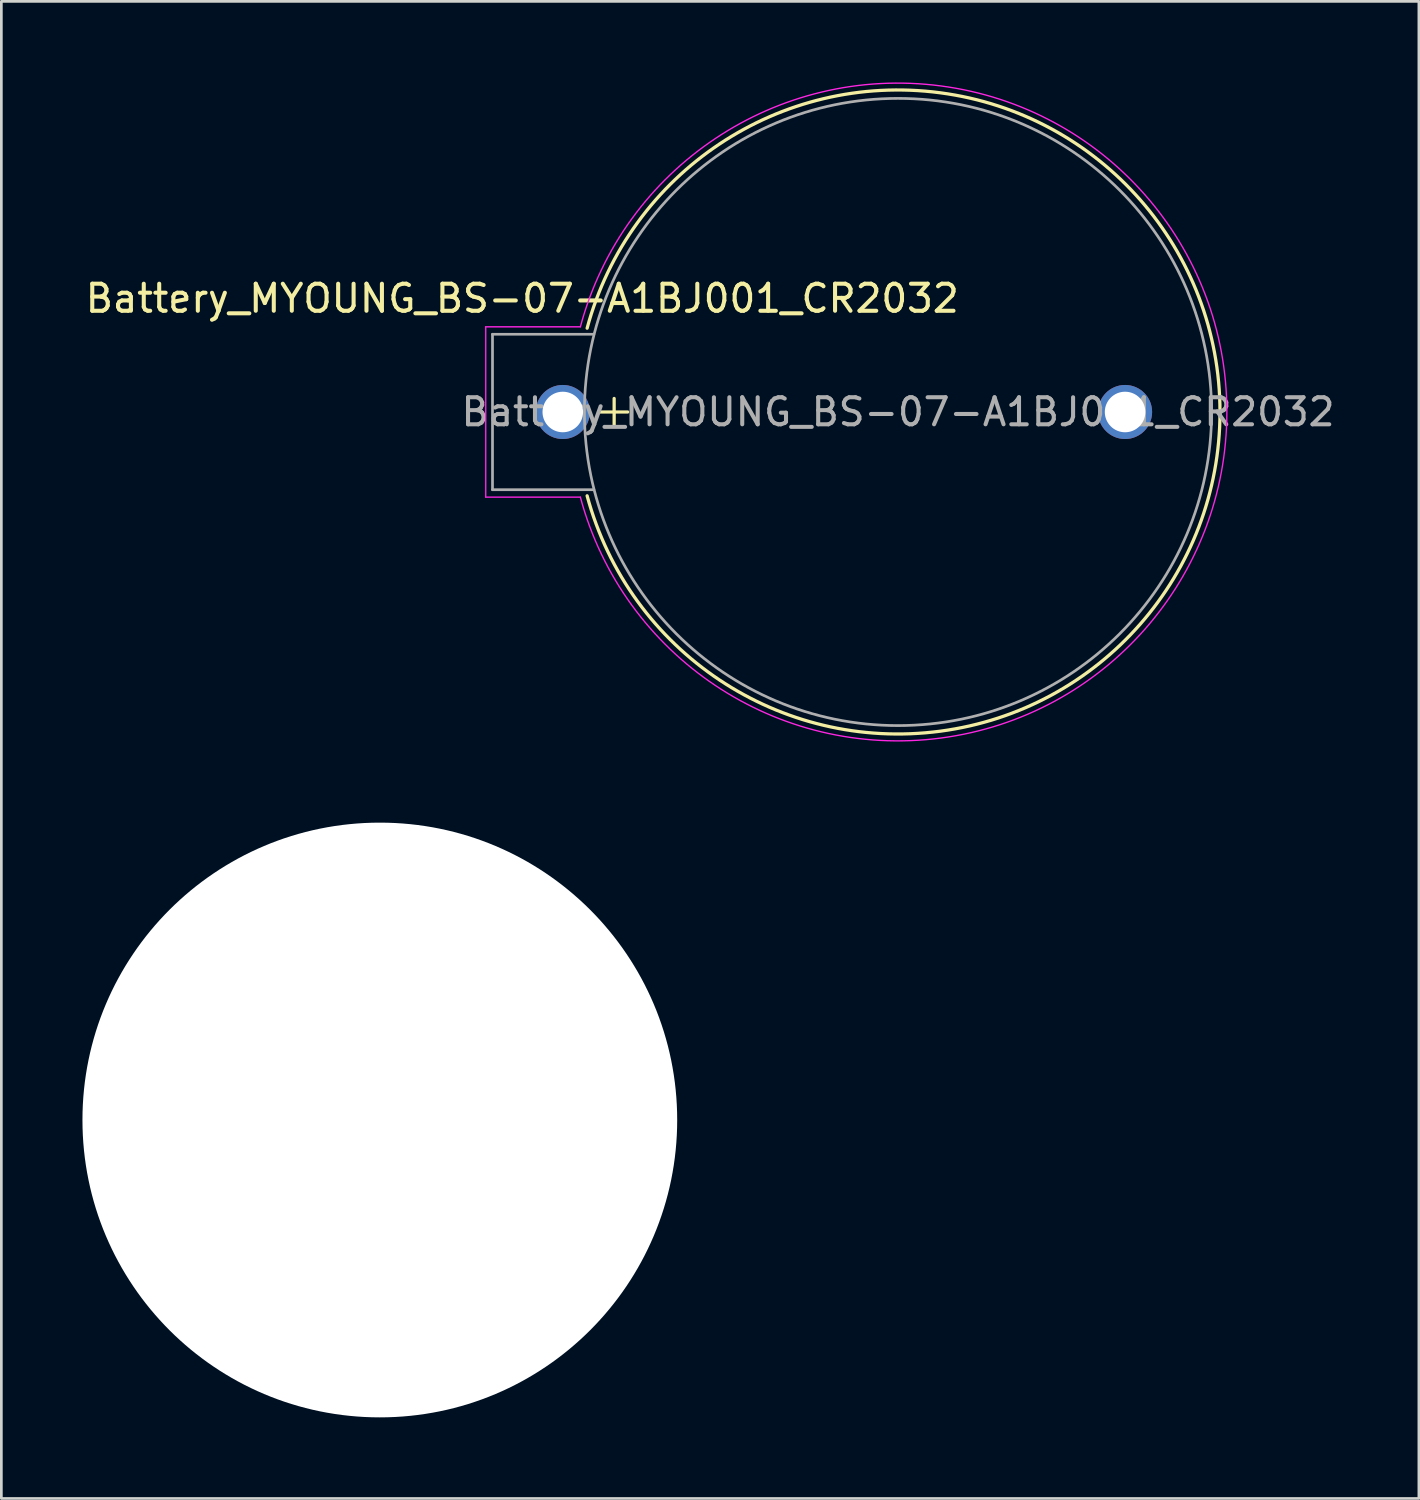
<source format=kicad_pcb>
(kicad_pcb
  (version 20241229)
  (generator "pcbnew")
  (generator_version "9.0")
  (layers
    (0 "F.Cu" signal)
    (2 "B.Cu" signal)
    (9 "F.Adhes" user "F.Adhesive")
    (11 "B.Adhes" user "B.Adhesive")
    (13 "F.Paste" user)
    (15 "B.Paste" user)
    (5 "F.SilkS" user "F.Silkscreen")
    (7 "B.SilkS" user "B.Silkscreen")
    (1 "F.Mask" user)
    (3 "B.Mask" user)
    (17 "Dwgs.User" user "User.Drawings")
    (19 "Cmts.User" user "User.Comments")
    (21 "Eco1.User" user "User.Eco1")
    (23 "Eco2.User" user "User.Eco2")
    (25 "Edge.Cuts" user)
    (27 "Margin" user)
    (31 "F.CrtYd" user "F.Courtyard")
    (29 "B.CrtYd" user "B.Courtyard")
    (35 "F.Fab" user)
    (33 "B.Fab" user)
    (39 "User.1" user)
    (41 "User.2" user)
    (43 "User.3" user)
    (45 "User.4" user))
  (footprint "fixme_608_bearing"
    (layer "F.Cu")
    (at 11 38.38)
    (property "Reference" "fixme_608_bearing" (at 0 -0.5 0) (unlocked yes) (layer "F.SilkS") (effects (font (size 1 1) (thickness 0.15))))
    (attr through_hole)
    (pad "" np_thru_hole circle (at 0 0) (size 22 22) (drill 22) (layers "*.Cu" "*.Mask")))
  (footprint "Battery_MYOUNG_BS-07-A1BJ001_CR2032"
    (layer "F.Cu")
    (at 30.168 12.19)
    (property "Reference" "Battery_MYOUNG_BS-07-A1BJ001_CR2032" (at -13.9 -4.2 0) (unlocked yes) (layer "F.SilkS") (effects (font (size 1 1) (thickness 0.15))))
    (attr through_hole)
    (fp_line (start -11 0) (end -10 0) (stroke (width 0.12) (type default)) (layer "F.SilkS"))
    (fp_line (start -10.5 -0.5) (end -10.5 0.5) (stroke (width 0.12) (type default)) (layer "F.SilkS"))
    (fp_arc (start -11.499999 -3.1) (mid 11.910499 0) (end -11.499999 3.1) (stroke (width 0.12) (type default)) (layer "F.SilkS"))
    (fp_line (start -15.25 -3.15) (end -11.75 -3.15) (stroke (width 0.05) (type default)) (layer "F.CrtYd"))
    (fp_line (start -15.25 3.15) (end -15.25 -3.15) (stroke (width 0.05) (type default)) (layer "F.CrtYd"))
    (fp_line (start -11.75 3.15) (end -15.25 3.15) (stroke (width 0.05) (type default)) (layer "F.CrtYd"))
    (fp_arc (start -11.749999 -3.15) (mid 12.164908 0) (end -11.749999 3.15) (stroke (width 0.05) (type default)) (layer "F.CrtYd"))
    (fp_line (start -15 -2.875) (end -15 2.875) (stroke (width 0.1) (type default)) (layer "F.Fab"))
    (fp_line (start -15 -2.875) (end -11.25 -2.875) (stroke (width 0.1) (type default)) (layer "F.Fab"))
    (fp_line (start -15 2.875) (end -11.25 2.875) (stroke (width 0.1) (type default)) (layer "F.Fab"))
    (fp_circle (center 0 0) (end 11.6 0) (stroke (width 0.1) (type default)) (fill no) (layer "F.Fab"))
    (fp_text user "${REFERENCE}" (at 0 0 0) (unlocked yes) (layer "F.Fab") (effects (font (size 1 1) (thickness 0.15))))
    (pad "1" thru_hole circle (at -12.4 0 180) (size 2 2) (drill 1.5) (layers "*.Cu" "*.Mask"))
    (pad "2" thru_hole circle (at 8.4 0 180) (size 2 2) (drill 1.5) (layers "*.Cu" "*.Mask")))
  (gr_rect
    (start -3 -3)
    (end 49.436 52.38)
    (stroke (width 0.1) (type default))
    (fill no)
    (layer "Edge.Cuts")))
</source>
